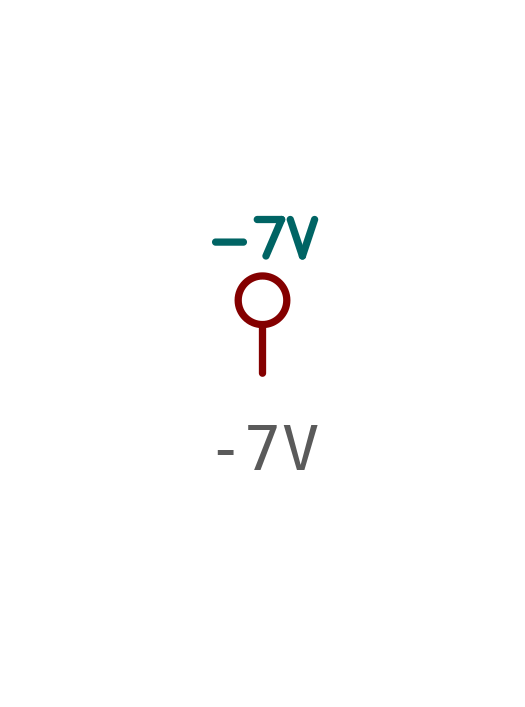
<source format=kicad_sym>
(kicad_symbol_lib
  (version 20241209)
  (generator "kicad_symbol_editor")
  (generator_version "9.0")
  (symbol "-7V"
    (power)
    (pin_names
      (offset 0))
    (property "Reference" "#PWR"
      (at 0 -1.016 0)
      (effects (font (size 0.762 0.762)) (hide yes)))
    (property "Value" "-7V"
      (at 0 2.794 0)
      (effects (font (size 0.762 0.762))))
    (property "Footprint" ""
      (at 0 0 0)
      (effects (font (size 1.524 1.524))))
    (property "Datasheet" ""
      (at 0 0 0)
      (effects (font (size 1.524 1.524))))
    (symbol "-7V_0_0"
      (pin power_in line (at 0 0 90) (length 0) (hide yes) (name "-7V" (effects (font (size 0.762 0.762)))) (number "1" (effects (font (size 0.762 0.762))))))
    (symbol "-7V_0_1"
      (circle (center 0 1.524) (radius 0.508) (stroke (width 0) (type default)) (fill (type none)))
      (polyline (pts (xy 0 0) (xy 0 1.016) (xy 0 1.016)) (stroke (width 0) (type default)) (fill (type none))))))
</source>
